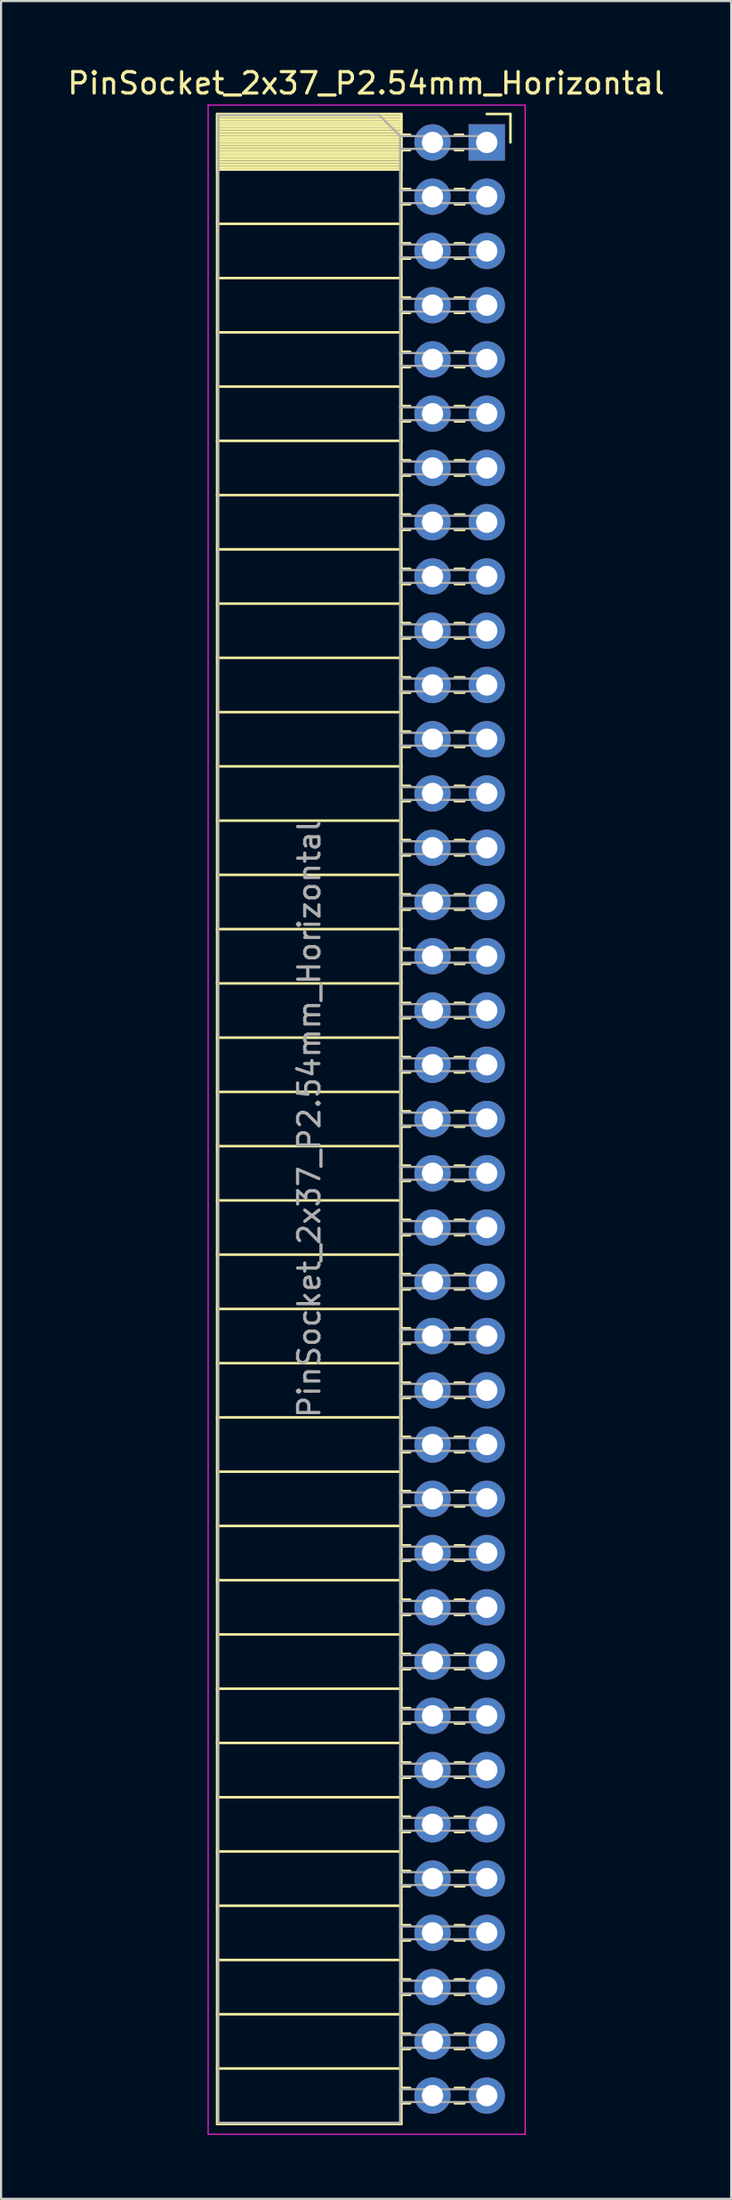
<source format=kicad_pcb>
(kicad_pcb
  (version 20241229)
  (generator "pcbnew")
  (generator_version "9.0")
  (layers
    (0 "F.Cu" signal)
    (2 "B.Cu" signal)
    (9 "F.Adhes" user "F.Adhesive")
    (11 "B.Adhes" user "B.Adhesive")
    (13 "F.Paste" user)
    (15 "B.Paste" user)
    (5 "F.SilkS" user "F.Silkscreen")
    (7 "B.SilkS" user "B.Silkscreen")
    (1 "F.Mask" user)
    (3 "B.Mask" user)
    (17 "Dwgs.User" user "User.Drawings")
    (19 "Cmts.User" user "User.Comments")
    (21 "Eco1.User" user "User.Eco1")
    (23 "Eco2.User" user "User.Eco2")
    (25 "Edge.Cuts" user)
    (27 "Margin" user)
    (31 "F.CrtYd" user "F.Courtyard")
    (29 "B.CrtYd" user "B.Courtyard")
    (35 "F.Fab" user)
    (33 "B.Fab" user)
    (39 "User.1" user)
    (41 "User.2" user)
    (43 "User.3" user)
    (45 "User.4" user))
  (footprint "PinSocket_2x37_P2.54mm_Horizontal"
    (layer "F.Cu")
    (at 19.751 3.618)
    (property "Reference" "PinSocket_2x37_P2.54mm_Horizontal" (at -5.65 -2.77 0) (layer "F.SilkS") (effects (font (size 1 1) (thickness 0.15))))
    (attr through_hole)
    (fp_line (start -12.63 -1.33) (end -12.63 92.77) (stroke (width 0.12) (type solid)) (layer "F.SilkS"))
    (fp_line (start -12.63 -1.33) (end -4 -1.33) (stroke (width 0.12) (type solid)) (layer "F.SilkS"))
    (fp_line (start -12.63 -1.21) (end -4 -1.21) (stroke (width 0.12) (type solid)) (layer "F.SilkS"))
    (fp_line (start -12.63 -1.092) (end -4 -1.092) (stroke (width 0.12) (type solid)) (layer "F.SilkS"))
    (fp_line (start -12.63 -0.974) (end -4 -0.974) (stroke (width 0.12) (type solid)) (layer "F.SilkS"))
    (fp_line (start -12.63 -0.856) (end -4 -0.856) (stroke (width 0.12) (type solid)) (layer "F.SilkS"))
    (fp_line (start -12.63 -0.738) (end -4 -0.738) (stroke (width 0.12) (type solid)) (layer "F.SilkS"))
    (fp_line (start -12.63 -0.62) (end -4 -0.62) (stroke (width 0.12) (type solid)) (layer "F.SilkS"))
    (fp_line (start -12.63 -0.501) (end -4 -0.501) (stroke (width 0.12) (type solid)) (layer "F.SilkS"))
    (fp_line (start -12.63 -0.383) (end -4 -0.383) (stroke (width 0.12) (type solid)) (layer "F.SilkS"))
    (fp_line (start -12.63 -0.265) (end -4 -0.265) (stroke (width 0.12) (type solid)) (layer "F.SilkS"))
    (fp_line (start -12.63 -0.147) (end -4 -0.147) (stroke (width 0.12) (type solid)) (layer "F.SilkS"))
    (fp_line (start -12.63 -0.029) (end -4 -0.029) (stroke (width 0.12) (type solid)) (layer "F.SilkS"))
    (fp_line (start -12.63 0.089) (end -4 0.089) (stroke (width 0.12) (type solid)) (layer "F.SilkS"))
    (fp_line (start -12.63 0.207) (end -4 0.207) (stroke (width 0.12) (type solid)) (layer "F.SilkS"))
    (fp_line (start -12.63 0.325) (end -4 0.325) (stroke (width 0.12) (type solid)) (layer "F.SilkS"))
    (fp_line (start -12.63 0.443) (end -4 0.443) (stroke (width 0.12) (type solid)) (layer "F.SilkS"))
    (fp_line (start -12.63 0.561) (end -4 0.561) (stroke (width 0.12) (type solid)) (layer "F.SilkS"))
    (fp_line (start -12.63 0.68) (end -4 0.68) (stroke (width 0.12) (type solid)) (layer "F.SilkS"))
    (fp_line (start -12.63 0.798) (end -4 0.798) (stroke (width 0.12) (type solid)) (layer "F.SilkS"))
    (fp_line (start -12.63 0.916) (end -4 0.916) (stroke (width 0.12) (type solid)) (layer "F.SilkS"))
    (fp_line (start -12.63 1.034) (end -4 1.034) (stroke (width 0.12) (type solid)) (layer "F.SilkS"))
    (fp_line (start -12.63 1.152) (end -4 1.152) (stroke (width 0.12) (type solid)) (layer "F.SilkS"))
    (fp_line (start -12.63 1.27) (end -4 1.27) (stroke (width 0.12) (type solid)) (layer "F.SilkS"))
    (fp_line (start -12.63 3.81) (end -4 3.81) (stroke (width 0.12) (type solid)) (layer "F.SilkS"))
    (fp_line (start -12.63 6.35) (end -4 6.35) (stroke (width 0.12) (type solid)) (layer "F.SilkS"))
    (fp_line (start -12.63 8.89) (end -4 8.89) (stroke (width 0.12) (type solid)) (layer "F.SilkS"))
    (fp_line (start -12.63 11.43) (end -4 11.43) (stroke (width 0.12) (type solid)) (layer "F.SilkS"))
    (fp_line (start -12.63 13.97) (end -4 13.97) (stroke (width 0.12) (type solid)) (layer "F.SilkS"))
    (fp_line (start -12.63 16.51) (end -4 16.51) (stroke (width 0.12) (type solid)) (layer "F.SilkS"))
    (fp_line (start -12.63 19.05) (end -4 19.05) (stroke (width 0.12) (type solid)) (layer "F.SilkS"))
    (fp_line (start -12.63 21.59) (end -4 21.59) (stroke (width 0.12) (type solid)) (layer "F.SilkS"))
    (fp_line (start -12.63 24.13) (end -4 24.13) (stroke (width 0.12) (type solid)) (layer "F.SilkS"))
    (fp_line (start -12.63 26.67) (end -4 26.67) (stroke (width 0.12) (type solid)) (layer "F.SilkS"))
    (fp_line (start -12.63 29.21) (end -4 29.21) (stroke (width 0.12) (type solid)) (layer "F.SilkS"))
    (fp_line (start -12.63 31.75) (end -4 31.75) (stroke (width 0.12) (type solid)) (layer "F.SilkS"))
    (fp_line (start -12.63 34.29) (end -4 34.29) (stroke (width 0.12) (type solid)) (layer "F.SilkS"))
    (fp_line (start -12.63 36.83) (end -4 36.83) (stroke (width 0.12) (type solid)) (layer "F.SilkS"))
    (fp_line (start -12.63 39.37) (end -4 39.37) (stroke (width 0.12) (type solid)) (layer "F.SilkS"))
    (fp_line (start -12.63 41.91) (end -4 41.91) (stroke (width 0.12) (type solid)) (layer "F.SilkS"))
    (fp_line (start -12.63 44.45) (end -4 44.45) (stroke (width 0.12) (type solid)) (layer "F.SilkS"))
    (fp_line (start -12.63 46.99) (end -4 46.99) (stroke (width 0.12) (type solid)) (layer "F.SilkS"))
    (fp_line (start -12.63 49.53) (end -4 49.53) (stroke (width 0.12) (type solid)) (layer "F.SilkS"))
    (fp_line (start -12.63 52.07) (end -4 52.07) (stroke (width 0.12) (type solid)) (layer "F.SilkS"))
    (fp_line (start -12.63 54.61) (end -4 54.61) (stroke (width 0.12) (type solid)) (layer "F.SilkS"))
    (fp_line (start -12.63 57.15) (end -4 57.15) (stroke (width 0.12) (type solid)) (layer "F.SilkS"))
    (fp_line (start -12.63 59.69) (end -4 59.69) (stroke (width 0.12) (type solid)) (layer "F.SilkS"))
    (fp_line (start -12.63 62.23) (end -4 62.23) (stroke (width 0.12) (type solid)) (layer "F.SilkS"))
    (fp_line (start -12.63 64.77) (end -4 64.77) (stroke (width 0.12) (type solid)) (layer "F.SilkS"))
    (fp_line (start -12.63 67.31) (end -4 67.31) (stroke (width 0.12) (type solid)) (layer "F.SilkS"))
    (fp_line (start -12.63 69.85) (end -4 69.85) (stroke (width 0.12) (type solid)) (layer "F.SilkS"))
    (fp_line (start -12.63 72.39) (end -4 72.39) (stroke (width 0.12) (type solid)) (layer "F.SilkS"))
    (fp_line (start -12.63 74.93) (end -4 74.93) (stroke (width 0.12) (type solid)) (layer "F.SilkS"))
    (fp_line (start -12.63 77.47) (end -4 77.47) (stroke (width 0.12) (type solid)) (layer "F.SilkS"))
    (fp_line (start -12.63 80.01) (end -4 80.01) (stroke (width 0.12) (type solid)) (layer "F.SilkS"))
    (fp_line (start -12.63 82.55) (end -4 82.55) (stroke (width 0.12) (type solid)) (layer "F.SilkS"))
    (fp_line (start -12.63 85.09) (end -4 85.09) (stroke (width 0.12) (type solid)) (layer "F.SilkS"))
    (fp_line (start -12.63 87.63) (end -4 87.63) (stroke (width 0.12) (type solid)) (layer "F.SilkS"))
    (fp_line (start -12.63 90.17) (end -4 90.17) (stroke (width 0.12) (type solid)) (layer "F.SilkS"))
    (fp_line (start -12.63 92.77) (end -4 92.77) (stroke (width 0.12) (type solid)) (layer "F.SilkS"))
    (fp_line (start -4 -1.33) (end -4 92.77) (stroke (width 0.12) (type solid)) (layer "F.SilkS"))
    (fp_line (start -4 -0.36) (end -3.59 -0.36) (stroke (width 0.12) (type solid)) (layer "F.SilkS"))
    (fp_line (start -4 0.36) (end -3.59 0.36) (stroke (width 0.12) (type solid)) (layer "F.SilkS"))
    (fp_line (start -4 2.18) (end -3.59 2.18) (stroke (width 0.12) (type solid)) (layer "F.SilkS"))
    (fp_line (start -4 2.9) (end -3.59 2.9) (stroke (width 0.12) (type solid)) (layer "F.SilkS"))
    (fp_line (start -4 4.72) (end -3.59 4.72) (stroke (width 0.12) (type solid)) (layer "F.SilkS"))
    (fp_line (start -4 5.44) (end -3.59 5.44) (stroke (width 0.12) (type solid)) (layer "F.SilkS"))
    (fp_line (start -4 7.26) (end -3.59 7.26) (stroke (width 0.12) (type solid)) (layer "F.SilkS"))
    (fp_line (start -4 7.98) (end -3.59 7.98) (stroke (width 0.12) (type solid)) (layer "F.SilkS"))
    (fp_line (start -4 9.8) (end -3.59 9.8) (stroke (width 0.12) (type solid)) (layer "F.SilkS"))
    (fp_line (start -4 10.52) (end -3.59 10.52) (stroke (width 0.12) (type solid)) (layer "F.SilkS"))
    (fp_line (start -4 12.34) (end -3.59 12.34) (stroke (width 0.12) (type solid)) (layer "F.SilkS"))
    (fp_line (start -4 13.06) (end -3.59 13.06) (stroke (width 0.12) (type solid)) (layer "F.SilkS"))
    (fp_line (start -4 14.88) (end -3.59 14.88) (stroke (width 0.12) (type solid)) (layer "F.SilkS"))
    (fp_line (start -4 15.6) (end -3.59 15.6) (stroke (width 0.12) (type solid)) (layer "F.SilkS"))
    (fp_line (start -4 17.42) (end -3.59 17.42) (stroke (width 0.12) (type solid)) (layer "F.SilkS"))
    (fp_line (start -4 18.14) (end -3.59 18.14) (stroke (width 0.12) (type solid)) (layer "F.SilkS"))
    (fp_line (start -4 19.96) (end -3.59 19.96) (stroke (width 0.12) (type solid)) (layer "F.SilkS"))
    (fp_line (start -4 20.68) (end -3.59 20.68) (stroke (width 0.12) (type solid)) (layer "F.SilkS"))
    (fp_line (start -4 22.5) (end -3.59 22.5) (stroke (width 0.12) (type solid)) (layer "F.SilkS"))
    (fp_line (start -4 23.22) (end -3.59 23.22) (stroke (width 0.12) (type solid)) (layer "F.SilkS"))
    (fp_line (start -4 25.04) (end -3.59 25.04) (stroke (width 0.12) (type solid)) (layer "F.SilkS"))
    (fp_line (start -4 25.76) (end -3.59 25.76) (stroke (width 0.12) (type solid)) (layer "F.SilkS"))
    (fp_line (start -4 27.58) (end -3.59 27.58) (stroke (width 0.12) (type solid)) (layer "F.SilkS"))
    (fp_line (start -4 28.3) (end -3.59 28.3) (stroke (width 0.12) (type solid)) (layer "F.SilkS"))
    (fp_line (start -4 30.12) (end -3.59 30.12) (stroke (width 0.12) (type solid)) (layer "F.SilkS"))
    (fp_line (start -4 30.84) (end -3.59 30.84) (stroke (width 0.12) (type solid)) (layer "F.SilkS"))
    (fp_line (start -4 32.66) (end -3.59 32.66) (stroke (width 0.12) (type solid)) (layer "F.SilkS"))
    (fp_line (start -4 33.38) (end -3.59 33.38) (stroke (width 0.12) (type solid)) (layer "F.SilkS"))
    (fp_line (start -4 35.2) (end -3.59 35.2) (stroke (width 0.12) (type solid)) (layer "F.SilkS"))
    (fp_line (start -4 35.92) (end -3.59 35.92) (stroke (width 0.12) (type solid)) (layer "F.SilkS"))
    (fp_line (start -4 37.74) (end -3.59 37.74) (stroke (width 0.12) (type solid)) (layer "F.SilkS"))
    (fp_line (start -4 38.46) (end -3.59 38.46) (stroke (width 0.12) (type solid)) (layer "F.SilkS"))
    (fp_line (start -4 40.28) (end -3.59 40.28) (stroke (width 0.12) (type solid)) (layer "F.SilkS"))
    (fp_line (start -4 41) (end -3.59 41) (stroke (width 0.12) (type solid)) (layer "F.SilkS"))
    (fp_line (start -4 42.82) (end -3.59 42.82) (stroke (width 0.12) (type solid)) (layer "F.SilkS"))
    (fp_line (start -4 43.54) (end -3.59 43.54) (stroke (width 0.12) (type solid)) (layer "F.SilkS"))
    (fp_line (start -4 45.36) (end -3.59 45.36) (stroke (width 0.12) (type solid)) (layer "F.SilkS"))
    (fp_line (start -4 46.08) (end -3.59 46.08) (stroke (width 0.12) (type solid)) (layer "F.SilkS"))
    (fp_line (start -4 47.9) (end -3.59 47.9) (stroke (width 0.12) (type solid)) (layer "F.SilkS"))
    (fp_line (start -4 48.62) (end -3.59 48.62) (stroke (width 0.12) (type solid)) (layer "F.SilkS"))
    (fp_line (start -4 50.44) (end -3.59 50.44) (stroke (width 0.12) (type solid)) (layer "F.SilkS"))
    (fp_line (start -4 51.16) (end -3.59 51.16) (stroke (width 0.12) (type solid)) (layer "F.SilkS"))
    (fp_line (start -4 52.98) (end -3.59 52.98) (stroke (width 0.12) (type solid)) (layer "F.SilkS"))
    (fp_line (start -4 53.7) (end -3.59 53.7) (stroke (width 0.12) (type solid)) (layer "F.SilkS"))
    (fp_line (start -4 55.52) (end -3.59 55.52) (stroke (width 0.12) (type solid)) (layer "F.SilkS"))
    (fp_line (start -4 56.24) (end -3.59 56.24) (stroke (width 0.12) (type solid)) (layer "F.SilkS"))
    (fp_line (start -4 58.06) (end -3.59 58.06) (stroke (width 0.12) (type solid)) (layer "F.SilkS"))
    (fp_line (start -4 58.78) (end -3.59 58.78) (stroke (width 0.12) (type solid)) (layer "F.SilkS"))
    (fp_line (start -4 60.6) (end -3.59 60.6) (stroke (width 0.12) (type solid)) (layer "F.SilkS"))
    (fp_line (start -4 61.32) (end -3.59 61.32) (stroke (width 0.12) (type solid)) (layer "F.SilkS"))
    (fp_line (start -4 63.14) (end -3.59 63.14) (stroke (width 0.12) (type solid)) (layer "F.SilkS"))
    (fp_line (start -4 63.86) (end -3.59 63.86) (stroke (width 0.12) (type solid)) (layer "F.SilkS"))
    (fp_line (start -4 65.68) (end -3.59 65.68) (stroke (width 0.12) (type solid)) (layer "F.SilkS"))
    (fp_line (start -4 66.4) (end -3.59 66.4) (stroke (width 0.12) (type solid)) (layer "F.SilkS"))
    (fp_line (start -4 68.22) (end -3.59 68.22) (stroke (width 0.12) (type solid)) (layer "F.SilkS"))
    (fp_line (start -4 68.94) (end -3.59 68.94) (stroke (width 0.12) (type solid)) (layer "F.SilkS"))
    (fp_line (start -4 70.76) (end -3.59 70.76) (stroke (width 0.12) (type solid)) (layer "F.SilkS"))
    (fp_line (start -4 71.48) (end -3.59 71.48) (stroke (width 0.12) (type solid)) (layer "F.SilkS"))
    (fp_line (start -4 73.3) (end -3.59 73.3) (stroke (width 0.12) (type solid)) (layer "F.SilkS"))
    (fp_line (start -4 74.02) (end -3.59 74.02) (stroke (width 0.12) (type solid)) (layer "F.SilkS"))
    (fp_line (start -4 75.84) (end -3.59 75.84) (stroke (width 0.12) (type solid)) (layer "F.SilkS"))
    (fp_line (start -4 76.56) (end -3.59 76.56) (stroke (width 0.12) (type solid)) (layer "F.SilkS"))
    (fp_line (start -4 78.38) (end -3.59 78.38) (stroke (width 0.12) (type solid)) (layer "F.SilkS"))
    (fp_line (start -4 79.1) (end -3.59 79.1) (stroke (width 0.12) (type solid)) (layer "F.SilkS"))
    (fp_line (start -4 80.92) (end -3.59 80.92) (stroke (width 0.12) (type solid)) (layer "F.SilkS"))
    (fp_line (start -4 81.64) (end -3.59 81.64) (stroke (width 0.12) (type solid)) (layer "F.SilkS"))
    (fp_line (start -4 83.46) (end -3.59 83.46) (stroke (width 0.12) (type solid)) (layer "F.SilkS"))
    (fp_line (start -4 84.18) (end -3.59 84.18) (stroke (width 0.12) (type solid)) (layer "F.SilkS"))
    (fp_line (start -4 86) (end -3.59 86) (stroke (width 0.12) (type solid)) (layer "F.SilkS"))
    (fp_line (start -4 86.72) (end -3.59 86.72) (stroke (width 0.12) (type solid)) (layer "F.SilkS"))
    (fp_line (start -4 88.54) (end -3.59 88.54) (stroke (width 0.12) (type solid)) (layer "F.SilkS"))
    (fp_line (start -4 89.26) (end -3.59 89.26) (stroke (width 0.12) (type solid)) (layer "F.SilkS"))
    (fp_line (start -4 91.08) (end -3.59 91.08) (stroke (width 0.12) (type solid)) (layer "F.SilkS"))
    (fp_line (start -4 91.8) (end -3.59 91.8) (stroke (width 0.12) (type solid)) (layer "F.SilkS"))
    (fp_line (start -1.49 -0.36) (end -1.11 -0.36) (stroke (width 0.12) (type solid)) (layer "F.SilkS"))
    (fp_line (start -1.49 0.36) (end -1.11 0.36) (stroke (width 0.12) (type solid)) (layer "F.SilkS"))
    (fp_line (start -1.49 2.18) (end -1.05 2.18) (stroke (width 0.12) (type solid)) (layer "F.SilkS"))
    (fp_line (start -1.49 2.9) (end -1.05 2.9) (stroke (width 0.12) (type solid)) (layer "F.SilkS"))
    (fp_line (start -1.49 4.72) (end -1.05 4.72) (stroke (width 0.12) (type solid)) (layer "F.SilkS"))
    (fp_line (start -1.49 5.44) (end -1.05 5.44) (stroke (width 0.12) (type solid)) (layer "F.SilkS"))
    (fp_line (start -1.49 7.26) (end -1.05 7.26) (stroke (width 0.12) (type solid)) (layer "F.SilkS"))
    (fp_line (start -1.49 7.98) (end -1.05 7.98) (stroke (width 0.12) (type solid)) (layer "F.SilkS"))
    (fp_line (start -1.49 9.8) (end -1.05 9.8) (stroke (width 0.12) (type solid)) (layer "F.SilkS"))
    (fp_line (start -1.49 10.52) (end -1.05 10.52) (stroke (width 0.12) (type solid)) (layer "F.SilkS"))
    (fp_line (start -1.49 12.34) (end -1.05 12.34) (stroke (width 0.12) (type solid)) (layer "F.SilkS"))
    (fp_line (start -1.49 13.06) (end -1.05 13.06) (stroke (width 0.12) (type solid)) (layer "F.SilkS"))
    (fp_line (start -1.49 14.88) (end -1.05 14.88) (stroke (width 0.12) (type solid)) (layer "F.SilkS"))
    (fp_line (start -1.49 15.6) (end -1.05 15.6) (stroke (width 0.12) (type solid)) (layer "F.SilkS"))
    (fp_line (start -1.49 17.42) (end -1.05 17.42) (stroke (width 0.12) (type solid)) (layer "F.SilkS"))
    (fp_line (start -1.49 18.14) (end -1.05 18.14) (stroke (width 0.12) (type solid)) (layer "F.SilkS"))
    (fp_line (start -1.49 19.96) (end -1.05 19.96) (stroke (width 0.12) (type solid)) (layer "F.SilkS"))
    (fp_line (start -1.49 20.68) (end -1.05 20.68) (stroke (width 0.12) (type solid)) (layer "F.SilkS"))
    (fp_line (start -1.49 22.5) (end -1.05 22.5) (stroke (width 0.12) (type solid)) (layer "F.SilkS"))
    (fp_line (start -1.49 23.22) (end -1.05 23.22) (stroke (width 0.12) (type solid)) (layer "F.SilkS"))
    (fp_line (start -1.49 25.04) (end -1.05 25.04) (stroke (width 0.12) (type solid)) (layer "F.SilkS"))
    (fp_line (start -1.49 25.76) (end -1.05 25.76) (stroke (width 0.12) (type solid)) (layer "F.SilkS"))
    (fp_line (start -1.49 27.58) (end -1.05 27.58) (stroke (width 0.12) (type solid)) (layer "F.SilkS"))
    (fp_line (start -1.49 28.3) (end -1.05 28.3) (stroke (width 0.12) (type solid)) (layer "F.SilkS"))
    (fp_line (start -1.49 30.12) (end -1.05 30.12) (stroke (width 0.12) (type solid)) (layer "F.SilkS"))
    (fp_line (start -1.49 30.84) (end -1.05 30.84) (stroke (width 0.12) (type solid)) (layer "F.SilkS"))
    (fp_line (start -1.49 32.66) (end -1.05 32.66) (stroke (width 0.12) (type solid)) (layer "F.SilkS"))
    (fp_line (start -1.49 33.38) (end -1.05 33.38) (stroke (width 0.12) (type solid)) (layer "F.SilkS"))
    (fp_line (start -1.49 35.2) (end -1.05 35.2) (stroke (width 0.12) (type solid)) (layer "F.SilkS"))
    (fp_line (start -1.49 35.92) (end -1.05 35.92) (stroke (width 0.12) (type solid)) (layer "F.SilkS"))
    (fp_line (start -1.49 37.74) (end -1.05 37.74) (stroke (width 0.12) (type solid)) (layer "F.SilkS"))
    (fp_line (start -1.49 38.46) (end -1.05 38.46) (stroke (width 0.12) (type solid)) (layer "F.SilkS"))
    (fp_line (start -1.49 40.28) (end -1.05 40.28) (stroke (width 0.12) (type solid)) (layer "F.SilkS"))
    (fp_line (start -1.49 41) (end -1.05 41) (stroke (width 0.12) (type solid)) (layer "F.SilkS"))
    (fp_line (start -1.49 42.82) (end -1.05 42.82) (stroke (width 0.12) (type solid)) (layer "F.SilkS"))
    (fp_line (start -1.49 43.54) (end -1.05 43.54) (stroke (width 0.12) (type solid)) (layer "F.SilkS"))
    (fp_line (start -1.49 45.36) (end -1.05 45.36) (stroke (width 0.12) (type solid)) (layer "F.SilkS"))
    (fp_line (start -1.49 46.08) (end -1.05 46.08) (stroke (width 0.12) (type solid)) (layer "F.SilkS"))
    (fp_line (start -1.49 47.9) (end -1.05 47.9) (stroke (width 0.12) (type solid)) (layer "F.SilkS"))
    (fp_line (start -1.49 48.62) (end -1.05 48.62) (stroke (width 0.12) (type solid)) (layer "F.SilkS"))
    (fp_line (start -1.49 50.44) (end -1.05 50.44) (stroke (width 0.12) (type solid)) (layer "F.SilkS"))
    (fp_line (start -1.49 51.16) (end -1.05 51.16) (stroke (width 0.12) (type solid)) (layer "F.SilkS"))
    (fp_line (start -1.49 52.98) (end -1.05 52.98) (stroke (width 0.12) (type solid)) (layer "F.SilkS"))
    (fp_line (start -1.49 53.7) (end -1.05 53.7) (stroke (width 0.12) (type solid)) (layer "F.SilkS"))
    (fp_line (start -1.49 55.52) (end -1.05 55.52) (stroke (width 0.12) (type solid)) (layer "F.SilkS"))
    (fp_line (start -1.49 56.24) (end -1.05 56.24) (stroke (width 0.12) (type solid)) (layer "F.SilkS"))
    (fp_line (start -1.49 58.06) (end -1.05 58.06) (stroke (width 0.12) (type solid)) (layer "F.SilkS"))
    (fp_line (start -1.49 58.78) (end -1.05 58.78) (stroke (width 0.12) (type solid)) (layer "F.SilkS"))
    (fp_line (start -1.49 60.6) (end -1.05 60.6) (stroke (width 0.12) (type solid)) (layer "F.SilkS"))
    (fp_line (start -1.49 61.32) (end -1.05 61.32) (stroke (width 0.12) (type solid)) (layer "F.SilkS"))
    (fp_line (start -1.49 63.14) (end -1.05 63.14) (stroke (width 0.12) (type solid)) (layer "F.SilkS"))
    (fp_line (start -1.49 63.86) (end -1.05 63.86) (stroke (width 0.12) (type solid)) (layer "F.SilkS"))
    (fp_line (start -1.49 65.68) (end -1.05 65.68) (stroke (width 0.12) (type solid)) (layer "F.SilkS"))
    (fp_line (start -1.49 66.4) (end -1.05 66.4) (stroke (width 0.12) (type solid)) (layer "F.SilkS"))
    (fp_line (start -1.49 68.22) (end -1.05 68.22) (stroke (width 0.12) (type solid)) (layer "F.SilkS"))
    (fp_line (start -1.49 68.94) (end -1.05 68.94) (stroke (width 0.12) (type solid)) (layer "F.SilkS"))
    (fp_line (start -1.49 70.76) (end -1.05 70.76) (stroke (width 0.12) (type solid)) (layer "F.SilkS"))
    (fp_line (start -1.49 71.48) (end -1.05 71.48) (stroke (width 0.12) (type solid)) (layer "F.SilkS"))
    (fp_line (start -1.49 73.3) (end -1.05 73.3) (stroke (width 0.12) (type solid)) (layer "F.SilkS"))
    (fp_line (start -1.49 74.02) (end -1.05 74.02) (stroke (width 0.12) (type solid)) (layer "F.SilkS"))
    (fp_line (start -1.49 75.84) (end -1.05 75.84) (stroke (width 0.12) (type solid)) (layer "F.SilkS"))
    (fp_line (start -1.49 76.56) (end -1.05 76.56) (stroke (width 0.12) (type solid)) (layer "F.SilkS"))
    (fp_line (start -1.49 78.38) (end -1.05 78.38) (stroke (width 0.12) (type solid)) (layer "F.SilkS"))
    (fp_line (start -1.49 79.1) (end -1.05 79.1) (stroke (width 0.12) (type solid)) (layer "F.SilkS"))
    (fp_line (start -1.49 80.92) (end -1.05 80.92) (stroke (width 0.12) (type solid)) (layer "F.SilkS"))
    (fp_line (start -1.49 81.64) (end -1.05 81.64) (stroke (width 0.12) (type solid)) (layer "F.SilkS"))
    (fp_line (start -1.49 83.46) (end -1.05 83.46) (stroke (width 0.12) (type solid)) (layer "F.SilkS"))
    (fp_line (start -1.49 84.18) (end -1.05 84.18) (stroke (width 0.12) (type solid)) (layer "F.SilkS"))
    (fp_line (start -1.49 86) (end -1.05 86) (stroke (width 0.12) (type solid)) (layer "F.SilkS"))
    (fp_line (start -1.49 86.72) (end -1.05 86.72) (stroke (width 0.12) (type solid)) (layer "F.SilkS"))
    (fp_line (start -1.49 88.54) (end -1.05 88.54) (stroke (width 0.12) (type solid)) (layer "F.SilkS"))
    (fp_line (start -1.49 89.26) (end -1.05 89.26) (stroke (width 0.12) (type solid)) (layer "F.SilkS"))
    (fp_line (start -1.49 91.08) (end -1.05 91.08) (stroke (width 0.12) (type solid)) (layer "F.SilkS"))
    (fp_line (start -1.49 91.8) (end -1.05 91.8) (stroke (width 0.12) (type solid)) (layer "F.SilkS"))
    (fp_line (start 0 -1.33) (end 1.11 -1.33) (stroke (width 0.12) (type solid)) (layer "F.SilkS"))
    (fp_line (start 1.11 -1.33) (end 1.11 0) (stroke (width 0.12) (type solid)) (layer "F.SilkS"))
    (fp_line (start -13.05 -1.75) (end -13.05 93.25) (stroke (width 0.05) (type solid)) (layer "F.CrtYd"))
    (fp_line (start -13.05 93.25) (end 1.8 93.25) (stroke (width 0.05) (type solid)) (layer "F.CrtYd"))
    (fp_line (start 1.8 -1.75) (end -13.05 -1.75) (stroke (width 0.05) (type solid)) (layer "F.CrtYd"))
    (fp_line (start 1.8 93.25) (end 1.8 -1.75) (stroke (width 0.05) (type solid)) (layer "F.CrtYd"))
    (fp_line (start -12.57 -1.27) (end -5.03 -1.27) (stroke (width 0.1) (type solid)) (layer "F.Fab"))
    (fp_line (start -12.57 92.71) (end -12.57 -1.27) (stroke (width 0.1) (type solid)) (layer "F.Fab"))
    (fp_line (start -5.03 -1.27) (end -4.06 -0.3) (stroke (width 0.1) (type solid)) (layer "F.Fab"))
    (fp_line (start -4.06 -0.3) (end -4.06 92.71) (stroke (width 0.1) (type solid)) (layer "F.Fab"))
    (fp_line (start -4.06 0.3) (end 0 0.3) (stroke (width 0.1) (type solid)) (layer "F.Fab"))
    (fp_line (start -4.06 2.84) (end 0 2.84) (stroke (width 0.1) (type solid)) (layer "F.Fab"))
    (fp_line (start -4.06 5.38) (end 0 5.38) (stroke (width 0.1) (type solid)) (layer "F.Fab"))
    (fp_line (start -4.06 7.92) (end 0 7.92) (stroke (width 0.1) (type solid)) (layer "F.Fab"))
    (fp_line (start -4.06 10.46) (end 0 10.46) (stroke (width 0.1) (type solid)) (layer "F.Fab"))
    (fp_line (start -4.06 13) (end 0 13) (stroke (width 0.1) (type solid)) (layer "F.Fab"))
    (fp_line (start -4.06 15.54) (end 0 15.54) (stroke (width 0.1) (type solid)) (layer "F.Fab"))
    (fp_line (start -4.06 18.08) (end 0 18.08) (stroke (width 0.1) (type solid)) (layer "F.Fab"))
    (fp_line (start -4.06 20.62) (end 0 20.62) (stroke (width 0.1) (type solid)) (layer "F.Fab"))
    (fp_line (start -4.06 23.16) (end 0 23.16) (stroke (width 0.1) (type solid)) (layer "F.Fab"))
    (fp_line (start -4.06 25.7) (end 0 25.7) (stroke (width 0.1) (type solid)) (layer "F.Fab"))
    (fp_line (start -4.06 28.24) (end 0 28.24) (stroke (width 0.1) (type solid)) (layer "F.Fab"))
    (fp_line (start -4.06 30.78) (end 0 30.78) (stroke (width 0.1) (type solid)) (layer "F.Fab"))
    (fp_line (start -4.06 33.32) (end 0 33.32) (stroke (width 0.1) (type solid)) (layer "F.Fab"))
    (fp_line (start -4.06 35.86) (end 0 35.86) (stroke (width 0.1) (type solid)) (layer "F.Fab"))
    (fp_line (start -4.06 38.4) (end 0 38.4) (stroke (width 0.1) (type solid)) (layer "F.Fab"))
    (fp_line (start -4.06 40.94) (end 0 40.94) (stroke (width 0.1) (type solid)) (layer "F.Fab"))
    (fp_line (start -4.06 43.48) (end 0 43.48) (stroke (width 0.1) (type solid)) (layer "F.Fab"))
    (fp_line (start -4.06 46.02) (end 0 46.02) (stroke (width 0.1) (type solid)) (layer "F.Fab"))
    (fp_line (start -4.06 48.56) (end 0 48.56) (stroke (width 0.1) (type solid)) (layer "F.Fab"))
    (fp_line (start -4.06 51.1) (end 0 51.1) (stroke (width 0.1) (type solid)) (layer "F.Fab"))
    (fp_line (start -4.06 53.64) (end 0 53.64) (stroke (width 0.1) (type solid)) (layer "F.Fab"))
    (fp_line (start -4.06 56.18) (end 0 56.18) (stroke (width 0.1) (type solid)) (layer "F.Fab"))
    (fp_line (start -4.06 58.72) (end 0 58.72) (stroke (width 0.1) (type solid)) (layer "F.Fab"))
    (fp_line (start -4.06 61.26) (end 0 61.26) (stroke (width 0.1) (type solid)) (layer "F.Fab"))
    (fp_line (start -4.06 63.8) (end 0 63.8) (stroke (width 0.1) (type solid)) (layer "F.Fab"))
    (fp_line (start -4.06 66.34) (end 0 66.34) (stroke (width 0.1) (type solid)) (layer "F.Fab"))
    (fp_line (start -4.06 68.88) (end 0 68.88) (stroke (width 0.1) (type solid)) (layer "F.Fab"))
    (fp_line (start -4.06 71.42) (end 0 71.42) (stroke (width 0.1) (type solid)) (layer "F.Fab"))
    (fp_line (start -4.06 73.96) (end 0 73.96) (stroke (width 0.1) (type solid)) (layer "F.Fab"))
    (fp_line (start -4.06 76.5) (end 0 76.5) (stroke (width 0.1) (type solid)) (layer "F.Fab"))
    (fp_line (start -4.06 79.04) (end 0 79.04) (stroke (width 0.1) (type solid)) (layer "F.Fab"))
    (fp_line (start -4.06 81.58) (end 0 81.58) (stroke (width 0.1) (type solid)) (layer "F.Fab"))
    (fp_line (start -4.06 84.12) (end 0 84.12) (stroke (width 0.1) (type solid)) (layer "F.Fab"))
    (fp_line (start -4.06 86.66) (end 0 86.66) (stroke (width 0.1) (type solid)) (layer "F.Fab"))
    (fp_line (start -4.06 89.2) (end 0 89.2) (stroke (width 0.1) (type solid)) (layer "F.Fab"))
    (fp_line (start -4.06 91.74) (end 0 91.74) (stroke (width 0.1) (type solid)) (layer "F.Fab"))
    (fp_line (start -4.06 92.71) (end -12.57 92.71) (stroke (width 0.1) (type solid)) (layer "F.Fab"))
    (fp_line (start 0 -0.3) (end -4.06 -0.3) (stroke (width 0.1) (type solid)) (layer "F.Fab"))
    (fp_line (start 0 0.3) (end 0 -0.3) (stroke (width 0.1) (type solid)) (layer "F.Fab"))
    (fp_line (start 0 2.24) (end -4.06 2.24) (stroke (width 0.1) (type solid)) (layer "F.Fab"))
    (fp_line (start 0 2.84) (end 0 2.24) (stroke (width 0.1) (type solid)) (layer "F.Fab"))
    (fp_line (start 0 4.78) (end -4.06 4.78) (stroke (width 0.1) (type solid)) (layer "F.Fab"))
    (fp_line (start 0 5.38) (end 0 4.78) (stroke (width 0.1) (type solid)) (layer "F.Fab"))
    (fp_line (start 0 7.32) (end -4.06 7.32) (stroke (width 0.1) (type solid)) (layer "F.Fab"))
    (fp_line (start 0 7.92) (end 0 7.32) (stroke (width 0.1) (type solid)) (layer "F.Fab"))
    (fp_line (start 0 9.86) (end -4.06 9.86) (stroke (width 0.1) (type solid)) (layer "F.Fab"))
    (fp_line (start 0 10.46) (end 0 9.86) (stroke (width 0.1) (type solid)) (layer "F.Fab"))
    (fp_line (start 0 12.4) (end -4.06 12.4) (stroke (width 0.1) (type solid)) (layer "F.Fab"))
    (fp_line (start 0 13) (end 0 12.4) (stroke (width 0.1) (type solid)) (layer "F.Fab"))
    (fp_line (start 0 14.94) (end -4.06 14.94) (stroke (width 0.1) (type solid)) (layer "F.Fab"))
    (fp_line (start 0 15.54) (end 0 14.94) (stroke (width 0.1) (type solid)) (layer "F.Fab"))
    (fp_line (start 0 17.48) (end -4.06 17.48) (stroke (width 0.1) (type solid)) (layer "F.Fab"))
    (fp_line (start 0 18.08) (end 0 17.48) (stroke (width 0.1) (type solid)) (layer "F.Fab"))
    (fp_line (start 0 20.02) (end -4.06 20.02) (stroke (width 0.1) (type solid)) (layer "F.Fab"))
    (fp_line (start 0 20.62) (end 0 20.02) (stroke (width 0.1) (type solid)) (layer "F.Fab"))
    (fp_line (start 0 22.56) (end -4.06 22.56) (stroke (width 0.1) (type solid)) (layer "F.Fab"))
    (fp_line (start 0 23.16) (end 0 22.56) (stroke (width 0.1) (type solid)) (layer "F.Fab"))
    (fp_line (start 0 25.1) (end -4.06 25.1) (stroke (width 0.1) (type solid)) (layer "F.Fab"))
    (fp_line (start 0 25.7) (end 0 25.1) (stroke (width 0.1) (type solid)) (layer "F.Fab"))
    (fp_line (start 0 27.64) (end -4.06 27.64) (stroke (width 0.1) (type solid)) (layer "F.Fab"))
    (fp_line (start 0 28.24) (end 0 27.64) (stroke (width 0.1) (type solid)) (layer "F.Fab"))
    (fp_line (start 0 30.18) (end -4.06 30.18) (stroke (width 0.1) (type solid)) (layer "F.Fab"))
    (fp_line (start 0 30.78) (end 0 30.18) (stroke (width 0.1) (type solid)) (layer "F.Fab"))
    (fp_line (start 0 32.72) (end -4.06 32.72) (stroke (width 0.1) (type solid)) (layer "F.Fab"))
    (fp_line (start 0 33.32) (end 0 32.72) (stroke (width 0.1) (type solid)) (layer "F.Fab"))
    (fp_line (start 0 35.26) (end -4.06 35.26) (stroke (width 0.1) (type solid)) (layer "F.Fab"))
    (fp_line (start 0 35.86) (end 0 35.26) (stroke (width 0.1) (type solid)) (layer "F.Fab"))
    (fp_line (start 0 37.8) (end -4.06 37.8) (stroke (width 0.1) (type solid)) (layer "F.Fab"))
    (fp_line (start 0 38.4) (end 0 37.8) (stroke (width 0.1) (type solid)) (layer "F.Fab"))
    (fp_line (start 0 40.34) (end -4.06 40.34) (stroke (width 0.1) (type solid)) (layer "F.Fab"))
    (fp_line (start 0 40.94) (end 0 40.34) (stroke (width 0.1) (type solid)) (layer "F.Fab"))
    (fp_line (start 0 42.88) (end -4.06 42.88) (stroke (width 0.1) (type solid)) (layer "F.Fab"))
    (fp_line (start 0 43.48) (end 0 42.88) (stroke (width 0.1) (type solid)) (layer "F.Fab"))
    (fp_line (start 0 45.42) (end -4.06 45.42) (stroke (width 0.1) (type solid)) (layer "F.Fab"))
    (fp_line (start 0 46.02) (end 0 45.42) (stroke (width 0.1) (type solid)) (layer "F.Fab"))
    (fp_line (start 0 47.96) (end -4.06 47.96) (stroke (width 0.1) (type solid)) (layer "F.Fab"))
    (fp_line (start 0 48.56) (end 0 47.96) (stroke (width 0.1) (type solid)) (layer "F.Fab"))
    (fp_line (start 0 50.5) (end -4.06 50.5) (stroke (width 0.1) (type solid)) (layer "F.Fab"))
    (fp_line (start 0 51.1) (end 0 50.5) (stroke (width 0.1) (type solid)) (layer "F.Fab"))
    (fp_line (start 0 53.04) (end -4.06 53.04) (stroke (width 0.1) (type solid)) (layer "F.Fab"))
    (fp_line (start 0 53.64) (end 0 53.04) (stroke (width 0.1) (type solid)) (layer "F.Fab"))
    (fp_line (start 0 55.58) (end -4.06 55.58) (stroke (width 0.1) (type solid)) (layer "F.Fab"))
    (fp_line (start 0 56.18) (end 0 55.58) (stroke (width 0.1) (type solid)) (layer "F.Fab"))
    (fp_line (start 0 58.12) (end -4.06 58.12) (stroke (width 0.1) (type solid)) (layer "F.Fab"))
    (fp_line (start 0 58.72) (end 0 58.12) (stroke (width 0.1) (type solid)) (layer "F.Fab"))
    (fp_line (start 0 60.66) (end -4.06 60.66) (stroke (width 0.1) (type solid)) (layer "F.Fab"))
    (fp_line (start 0 61.26) (end 0 60.66) (stroke (width 0.1) (type solid)) (layer "F.Fab"))
    (fp_line (start 0 63.2) (end -4.06 63.2) (stroke (width 0.1) (type solid)) (layer "F.Fab"))
    (fp_line (start 0 63.8) (end 0 63.2) (stroke (width 0.1) (type solid)) (layer "F.Fab"))
    (fp_line (start 0 65.74) (end -4.06 65.74) (stroke (width 0.1) (type solid)) (layer "F.Fab"))
    (fp_line (start 0 66.34) (end 0 65.74) (stroke (width 0.1) (type solid)) (layer "F.Fab"))
    (fp_line (start 0 68.28) (end -4.06 68.28) (stroke (width 0.1) (type solid)) (layer "F.Fab"))
    (fp_line (start 0 68.88) (end 0 68.28) (stroke (width 0.1) (type solid)) (layer "F.Fab"))
    (fp_line (start 0 70.82) (end -4.06 70.82) (stroke (width 0.1) (type solid)) (layer "F.Fab"))
    (fp_line (start 0 71.42) (end 0 70.82) (stroke (width 0.1) (type solid)) (layer "F.Fab"))
    (fp_line (start 0 73.36) (end -4.06 73.36) (stroke (width 0.1) (type solid)) (layer "F.Fab"))
    (fp_line (start 0 73.96) (end 0 73.36) (stroke (width 0.1) (type solid)) (layer "F.Fab"))
    (fp_line (start 0 75.9) (end -4.06 75.9) (stroke (width 0.1) (type solid)) (layer "F.Fab"))
    (fp_line (start 0 76.5) (end 0 75.9) (stroke (width 0.1) (type solid)) (layer "F.Fab"))
    (fp_line (start 0 78.44) (end -4.06 78.44) (stroke (width 0.1) (type solid)) (layer "F.Fab"))
    (fp_line (start 0 79.04) (end 0 78.44) (stroke (width 0.1) (type solid)) (layer "F.Fab"))
    (fp_line (start 0 80.98) (end -4.06 80.98) (stroke (width 0.1) (type solid)) (layer "F.Fab"))
    (fp_line (start 0 81.58) (end 0 80.98) (stroke (width 0.1) (type solid)) (layer "F.Fab"))
    (fp_line (start 0 83.52) (end -4.06 83.52) (stroke (width 0.1) (type solid)) (layer "F.Fab"))
    (fp_line (start 0 84.12) (end 0 83.52) (stroke (width 0.1) (type solid)) (layer "F.Fab"))
    (fp_line (start 0 86.06) (end -4.06 86.06) (stroke (width 0.1) (type solid)) (layer "F.Fab"))
    (fp_line (start 0 86.66) (end 0 86.06) (stroke (width 0.1) (type solid)) (layer "F.Fab"))
    (fp_line (start 0 88.6) (end -4.06 88.6) (stroke (width 0.1) (type solid)) (layer "F.Fab"))
    (fp_line (start 0 89.2) (end 0 88.6) (stroke (width 0.1) (type solid)) (layer "F.Fab"))
    (fp_line (start 0 91.14) (end -4.06 91.14) (stroke (width 0.1) (type solid)) (layer "F.Fab"))
    (fp_line (start 0 91.74) (end 0 91.14) (stroke (width 0.1) (type solid)) (layer "F.Fab"))
    (fp_text user "${REFERENCE}" (at -8.315 45.72 90) (layer "F.Fab") (effects (font (size 1 1) (thickness 0.15))))
    (pad "1" thru_hole rect (at 0 0) (size 1.7 1.7) (drill 1) (layers "*.Cu" "*.Mask"))
    (pad "2" thru_hole circle (at -2.54 0) (size 1.7 1.7) (drill 1) (layers "*.Cu" "*.Mask"))
    (pad "3" thru_hole circle (at 0 2.54) (size 1.7 1.7) (drill 1) (layers "*.Cu" "*.Mask"))
    (pad "4" thru_hole circle (at -2.54 2.54) (size 1.7 1.7) (drill 1) (layers "*.Cu" "*.Mask"))
    (pad "5" thru_hole circle (at 0 5.08) (size 1.7 1.7) (drill 1) (layers "*.Cu" "*.Mask"))
    (pad "6" thru_hole circle (at -2.54 5.08) (size 1.7 1.7) (drill 1) (layers "*.Cu" "*.Mask"))
    (pad "7" thru_hole circle (at 0 7.62) (size 1.7 1.7) (drill 1) (layers "*.Cu" "*.Mask"))
    (pad "8" thru_hole circle (at -2.54 7.62) (size 1.7 1.7) (drill 1) (layers "*.Cu" "*.Mask"))
    (pad "9" thru_hole circle (at 0 10.16) (size 1.7 1.7) (drill 1) (layers "*.Cu" "*.Mask"))
    (pad "10" thru_hole circle (at -2.54 10.16) (size 1.7 1.7) (drill 1) (layers "*.Cu" "*.Mask"))
    (pad "11" thru_hole circle (at 0 12.7) (size 1.7 1.7) (drill 1) (layers "*.Cu" "*.Mask"))
    (pad "12" thru_hole circle (at -2.54 12.7) (size 1.7 1.7) (drill 1) (layers "*.Cu" "*.Mask"))
    (pad "13" thru_hole circle (at 0 15.24) (size 1.7 1.7) (drill 1) (layers "*.Cu" "*.Mask"))
    (pad "14" thru_hole circle (at -2.54 15.24) (size 1.7 1.7) (drill 1) (layers "*.Cu" "*.Mask"))
    (pad "15" thru_hole circle (at 0 17.78) (size 1.7 1.7) (drill 1) (layers "*.Cu" "*.Mask"))
    (pad "16" thru_hole circle (at -2.54 17.78) (size 1.7 1.7) (drill 1) (layers "*.Cu" "*.Mask"))
    (pad "17" thru_hole circle (at 0 20.32) (size 1.7 1.7) (drill 1) (layers "*.Cu" "*.Mask"))
    (pad "18" thru_hole circle (at -2.54 20.32) (size 1.7 1.7) (drill 1) (layers "*.Cu" "*.Mask"))
    (pad "19" thru_hole circle (at 0 22.86) (size 1.7 1.7) (drill 1) (layers "*.Cu" "*.Mask"))
    (pad "20" thru_hole circle (at -2.54 22.86) (size 1.7 1.7) (drill 1) (layers "*.Cu" "*.Mask"))
    (pad "21" thru_hole circle (at 0 25.4) (size 1.7 1.7) (drill 1) (layers "*.Cu" "*.Mask"))
    (pad "22" thru_hole circle (at -2.54 25.4) (size 1.7 1.7) (drill 1) (layers "*.Cu" "*.Mask"))
    (pad "23" thru_hole circle (at 0 27.94) (size 1.7 1.7) (drill 1) (layers "*.Cu" "*.Mask"))
    (pad "24" thru_hole circle (at -2.54 27.94) (size 1.7 1.7) (drill 1) (layers "*.Cu" "*.Mask"))
    (pad "25" thru_hole circle (at 0 30.48) (size 1.7 1.7) (drill 1) (layers "*.Cu" "*.Mask"))
    (pad "26" thru_hole circle (at -2.54 30.48) (size 1.7 1.7) (drill 1) (layers "*.Cu" "*.Mask"))
    (pad "27" thru_hole circle (at 0 33.02) (size 1.7 1.7) (drill 1) (layers "*.Cu" "*.Mask"))
    (pad "28" thru_hole circle (at -2.54 33.02) (size 1.7 1.7) (drill 1) (layers "*.Cu" "*.Mask"))
    (pad "29" thru_hole circle (at 0 35.56) (size 1.7 1.7) (drill 1) (layers "*.Cu" "*.Mask"))
    (pad "30" thru_hole circle (at -2.54 35.56) (size 1.7 1.7) (drill 1) (layers "*.Cu" "*.Mask"))
    (pad "31" thru_hole circle (at 0 38.1) (size 1.7 1.7) (drill 1) (layers "*.Cu" "*.Mask"))
    (pad "32" thru_hole circle (at -2.54 38.1) (size 1.7 1.7) (drill 1) (layers "*.Cu" "*.Mask"))
    (pad "33" thru_hole circle (at 0 40.64) (size 1.7 1.7) (drill 1) (layers "*.Cu" "*.Mask"))
    (pad "34" thru_hole circle (at -2.54 40.64) (size 1.7 1.7) (drill 1) (layers "*.Cu" "*.Mask"))
    (pad "35" thru_hole circle (at 0 43.18) (size 1.7 1.7) (drill 1) (layers "*.Cu" "*.Mask"))
    (pad "36" thru_hole circle (at -2.54 43.18) (size 1.7 1.7) (drill 1) (layers "*.Cu" "*.Mask"))
    (pad "37" thru_hole circle (at 0 45.72) (size 1.7 1.7) (drill 1) (layers "*.Cu" "*.Mask"))
    (pad "38" thru_hole circle (at -2.54 45.72) (size 1.7 1.7) (drill 1) (layers "*.Cu" "*.Mask"))
    (pad "39" thru_hole circle (at 0 48.26) (size 1.7 1.7) (drill 1) (layers "*.Cu" "*.Mask"))
    (pad "40" thru_hole circle (at -2.54 48.26) (size 1.7 1.7) (drill 1) (layers "*.Cu" "*.Mask"))
    (pad "41" thru_hole circle (at 0 50.8) (size 1.7 1.7) (drill 1) (layers "*.Cu" "*.Mask"))
    (pad "42" thru_hole circle (at -2.54 50.8) (size 1.7 1.7) (drill 1) (layers "*.Cu" "*.Mask"))
    (pad "43" thru_hole circle (at 0 53.34) (size 1.7 1.7) (drill 1) (layers "*.Cu" "*.Mask"))
    (pad "44" thru_hole circle (at -2.54 53.34) (size 1.7 1.7) (drill 1) (layers "*.Cu" "*.Mask"))
    (pad "45" thru_hole circle (at 0 55.88) (size 1.7 1.7) (drill 1) (layers "*.Cu" "*.Mask"))
    (pad "46" thru_hole circle (at -2.54 55.88) (size 1.7 1.7) (drill 1) (layers "*.Cu" "*.Mask"))
    (pad "47" thru_hole circle (at 0 58.42) (size 1.7 1.7) (drill 1) (layers "*.Cu" "*.Mask"))
    (pad "48" thru_hole circle (at -2.54 58.42) (size 1.7 1.7) (drill 1) (layers "*.Cu" "*.Mask"))
    (pad "49" thru_hole circle (at 0 60.96) (size 1.7 1.7) (drill 1) (layers "*.Cu" "*.Mask"))
    (pad "50" thru_hole circle (at -2.54 60.96) (size 1.7 1.7) (drill 1) (layers "*.Cu" "*.Mask"))
    (pad "51" thru_hole circle (at 0 63.5) (size 1.7 1.7) (drill 1) (layers "*.Cu" "*.Mask"))
    (pad "52" thru_hole circle (at -2.54 63.5) (size 1.7 1.7) (drill 1) (layers "*.Cu" "*.Mask"))
    (pad "53" thru_hole circle (at 0 66.04) (size 1.7 1.7) (drill 1) (layers "*.Cu" "*.Mask"))
    (pad "54" thru_hole circle (at -2.54 66.04) (size 1.7 1.7) (drill 1) (layers "*.Cu" "*.Mask"))
    (pad "55" thru_hole circle (at 0 68.58) (size 1.7 1.7) (drill 1) (layers "*.Cu" "*.Mask"))
    (pad "56" thru_hole circle (at -2.54 68.58) (size 1.7 1.7) (drill 1) (layers "*.Cu" "*.Mask"))
    (pad "57" thru_hole circle (at 0 71.12) (size 1.7 1.7) (drill 1) (layers "*.Cu" "*.Mask"))
    (pad "58" thru_hole circle (at -2.54 71.12) (size 1.7 1.7) (drill 1) (layers "*.Cu" "*.Mask"))
    (pad "59" thru_hole circle (at 0 73.66) (size 1.7 1.7) (drill 1) (layers "*.Cu" "*.Mask"))
    (pad "60" thru_hole circle (at -2.54 73.66) (size 1.7 1.7) (drill 1) (layers "*.Cu" "*.Mask"))
    (pad "61" thru_hole circle (at 0 76.2) (size 1.7 1.7) (drill 1) (layers "*.Cu" "*.Mask"))
    (pad "62" thru_hole circle (at -2.54 76.2) (size 1.7 1.7) (drill 1) (layers "*.Cu" "*.Mask"))
    (pad "63" thru_hole circle (at 0 78.74) (size 1.7 1.7) (drill 1) (layers "*.Cu" "*.Mask"))
    (pad "64" thru_hole circle (at -2.54 78.74) (size 1.7 1.7) (drill 1) (layers "*.Cu" "*.Mask"))
    (pad "65" thru_hole circle (at 0 81.28) (size 1.7 1.7) (drill 1) (layers "*.Cu" "*.Mask"))
    (pad "66" thru_hole circle (at -2.54 81.28) (size 1.7 1.7) (drill 1) (layers "*.Cu" "*.Mask"))
    (pad "67" thru_hole circle (at 0 83.82) (size 1.7 1.7) (drill 1) (layers "*.Cu" "*.Mask"))
    (pad "68" thru_hole circle (at -2.54 83.82) (size 1.7 1.7) (drill 1) (layers "*.Cu" "*.Mask"))
    (pad "69" thru_hole circle (at 0 86.36) (size 1.7 1.7) (drill 1) (layers "*.Cu" "*.Mask"))
    (pad "70" thru_hole circle (at -2.54 86.36) (size 1.7 1.7) (drill 1) (layers "*.Cu" "*.Mask"))
    (pad "71" thru_hole circle (at 0 88.9) (size 1.7 1.7) (drill 1) (layers "*.Cu" "*.Mask"))
    (pad "72" thru_hole circle (at -2.54 88.9) (size 1.7 1.7) (drill 1) (layers "*.Cu" "*.Mask"))
    (pad "73" thru_hole circle (at 0 91.44) (size 1.7 1.7) (drill 1) (layers "*.Cu" "*.Mask"))
    (pad "74" thru_hole circle (at -2.54 91.44) (size 1.7 1.7) (drill 1) (layers "*.Cu" "*.Mask")))
  (gr_rect
    (start -3 -3)
    (end 31.202 99.893)
    (stroke (width 0.1) (type default))
    (fill no)
    (layer "Edge.Cuts")))
</source>
